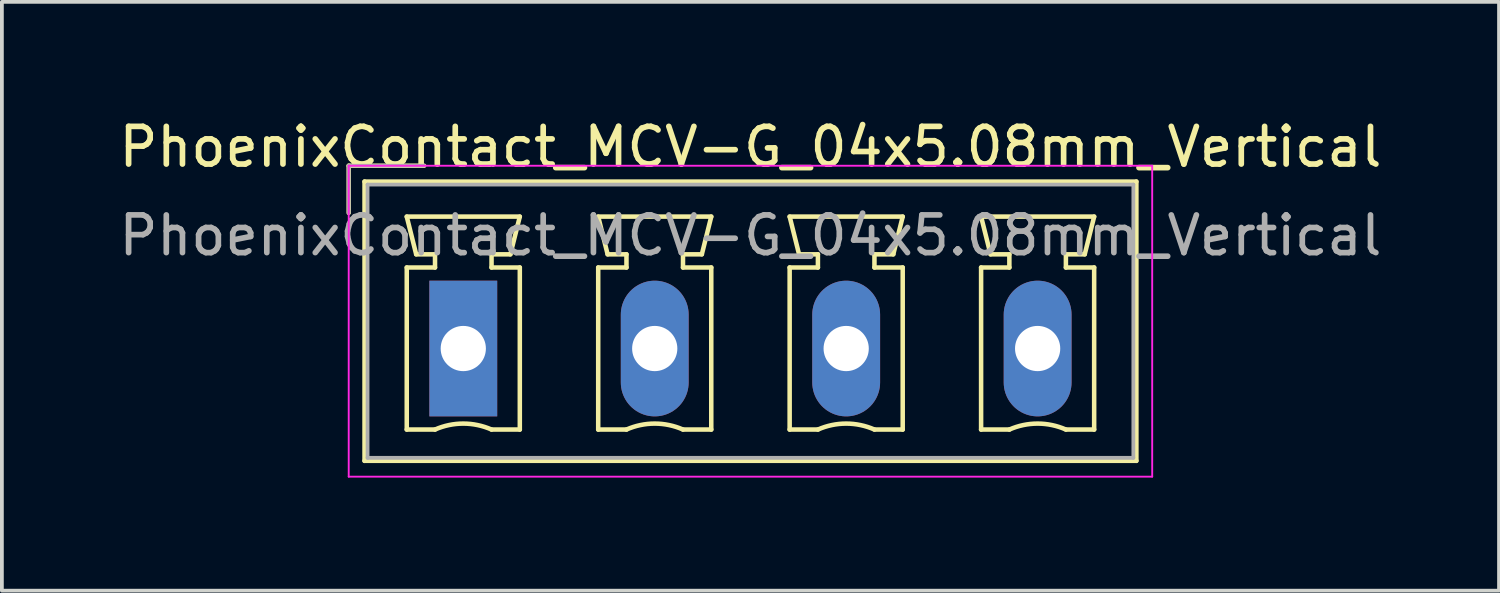
<source format=kicad_pcb>
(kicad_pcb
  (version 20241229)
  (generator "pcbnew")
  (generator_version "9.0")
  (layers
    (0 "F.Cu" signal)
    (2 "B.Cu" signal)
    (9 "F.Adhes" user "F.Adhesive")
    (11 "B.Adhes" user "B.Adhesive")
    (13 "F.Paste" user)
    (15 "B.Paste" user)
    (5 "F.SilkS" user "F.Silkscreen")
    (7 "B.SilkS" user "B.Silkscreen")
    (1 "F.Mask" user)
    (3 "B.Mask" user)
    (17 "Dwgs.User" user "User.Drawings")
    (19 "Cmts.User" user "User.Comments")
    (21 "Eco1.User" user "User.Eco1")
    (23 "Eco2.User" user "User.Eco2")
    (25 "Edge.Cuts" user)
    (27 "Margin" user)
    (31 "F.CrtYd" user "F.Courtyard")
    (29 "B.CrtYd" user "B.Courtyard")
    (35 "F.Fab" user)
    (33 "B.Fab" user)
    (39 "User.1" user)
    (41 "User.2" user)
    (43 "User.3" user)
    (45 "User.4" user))
  (footprint "PhoenixContact_MCV-G_04x5.08mm_Vertical"
    (layer "F.Cu")
    (at 9.243 6.198)
    (property "Reference" "PhoenixContact_MCV-G_04x5.08mm_Vertical" (at 7.62 -5.35 0) (layer "F.SilkS") (effects (font (size 1 1) (thickness 0.15))))
    (attr through_hole)
    (fp_line (start -3.04 -4.85) (end -1.04 -4.85) (stroke (width 0.12) (type solid)) (layer "F.SilkS"))
    (fp_line (start -3.04 -3.6) (end -3.04 -4.85) (stroke (width 0.12) (type solid)) (layer "F.SilkS"))
    (fp_line (start -2.62 -4.43) (end -2.62 2.98) (stroke (width 0.12) (type solid)) (layer "F.SilkS"))
    (fp_line (start -2.62 2.98) (end 17.86 2.98) (stroke (width 0.12) (type solid)) (layer "F.SilkS"))
    (fp_line (start -1.5 -3.5) (end 1.5 -3.5) (stroke (width 0.12) (type solid)) (layer "F.SilkS"))
    (fp_line (start -1.5 -2.15) (end -0.75 -2.15) (stroke (width 0.12) (type solid)) (layer "F.SilkS"))
    (fp_line (start -1.5 2.15) (end -1.5 -2.15) (stroke (width 0.12) (type solid)) (layer "F.SilkS"))
    (fp_line (start -1.25 -2.5) (end -1.5 -3.5) (stroke (width 0.12) (type solid)) (layer "F.SilkS"))
    (fp_line (start -0.75 -2.5) (end -1.25 -2.5) (stroke (width 0.12) (type solid)) (layer "F.SilkS"))
    (fp_line (start -0.75 -2.15) (end -0.75 -2.5) (stroke (width 0.12) (type solid)) (layer "F.SilkS"))
    (fp_line (start -0.75 2.15) (end -1.5 2.15) (stroke (width 0.12) (type solid)) (layer "F.SilkS"))
    (fp_line (start 0.75 -2.5) (end 0.75 -2.15) (stroke (width 0.12) (type solid)) (layer "F.SilkS"))
    (fp_line (start 0.75 -2.15) (end 1.5 -2.15) (stroke (width 0.12) (type solid)) (layer "F.SilkS"))
    (fp_line (start 1.25 -2.5) (end 0.75 -2.5) (stroke (width 0.12) (type solid)) (layer "F.SilkS"))
    (fp_line (start 1.5 -3.5) (end 1.25 -2.5) (stroke (width 0.12) (type solid)) (layer "F.SilkS"))
    (fp_line (start 1.5 -2.15) (end 1.5 2.15) (stroke (width 0.12) (type solid)) (layer "F.SilkS"))
    (fp_line (start 1.5 2.15) (end 0.75 2.15) (stroke (width 0.12) (type solid)) (layer "F.SilkS"))
    (fp_line (start 3.58 -3.5) (end 6.58 -3.5) (stroke (width 0.12) (type solid)) (layer "F.SilkS"))
    (fp_line (start 3.58 -2.15) (end 4.33 -2.15) (stroke (width 0.12) (type solid)) (layer "F.SilkS"))
    (fp_line (start 3.58 2.15) (end 3.58 -2.15) (stroke (width 0.12) (type solid)) (layer "F.SilkS"))
    (fp_line (start 3.83 -2.5) (end 3.58 -3.5) (stroke (width 0.12) (type solid)) (layer "F.SilkS"))
    (fp_line (start 4.33 -2.5) (end 3.83 -2.5) (stroke (width 0.12) (type solid)) (layer "F.SilkS"))
    (fp_line (start 4.33 -2.15) (end 4.33 -2.5) (stroke (width 0.12) (type solid)) (layer "F.SilkS"))
    (fp_line (start 4.33 2.15) (end 3.58 2.15) (stroke (width 0.12) (type solid)) (layer "F.SilkS"))
    (fp_line (start 5.83 -2.5) (end 5.83 -2.15) (stroke (width 0.12) (type solid)) (layer "F.SilkS"))
    (fp_line (start 5.83 -2.15) (end 6.58 -2.15) (stroke (width 0.12) (type solid)) (layer "F.SilkS"))
    (fp_line (start 6.33 -2.5) (end 5.83 -2.5) (stroke (width 0.12) (type solid)) (layer "F.SilkS"))
    (fp_line (start 6.58 -3.5) (end 6.33 -2.5) (stroke (width 0.12) (type solid)) (layer "F.SilkS"))
    (fp_line (start 6.58 -2.15) (end 6.58 2.15) (stroke (width 0.12) (type solid)) (layer "F.SilkS"))
    (fp_line (start 6.58 2.15) (end 5.83 2.15) (stroke (width 0.12) (type solid)) (layer "F.SilkS"))
    (fp_line (start 8.66 -3.5) (end 11.66 -3.5) (stroke (width 0.12) (type solid)) (layer "F.SilkS"))
    (fp_line (start 8.66 -2.15) (end 9.41 -2.15) (stroke (width 0.12) (type solid)) (layer "F.SilkS"))
    (fp_line (start 8.66 2.15) (end 8.66 -2.15) (stroke (width 0.12) (type solid)) (layer "F.SilkS"))
    (fp_line (start 8.91 -2.5) (end 8.66 -3.5) (stroke (width 0.12) (type solid)) (layer "F.SilkS"))
    (fp_line (start 9.41 -2.5) (end 8.91 -2.5) (stroke (width 0.12) (type solid)) (layer "F.SilkS"))
    (fp_line (start 9.41 -2.15) (end 9.41 -2.5) (stroke (width 0.12) (type solid)) (layer "F.SilkS"))
    (fp_line (start 9.41 2.15) (end 8.66 2.15) (stroke (width 0.12) (type solid)) (layer "F.SilkS"))
    (fp_line (start 10.91 -2.5) (end 10.91 -2.15) (stroke (width 0.12) (type solid)) (layer "F.SilkS"))
    (fp_line (start 10.91 -2.15) (end 11.66 -2.15) (stroke (width 0.12) (type solid)) (layer "F.SilkS"))
    (fp_line (start 11.41 -2.5) (end 10.91 -2.5) (stroke (width 0.12) (type solid)) (layer "F.SilkS"))
    (fp_line (start 11.66 -3.5) (end 11.41 -2.5) (stroke (width 0.12) (type solid)) (layer "F.SilkS"))
    (fp_line (start 11.66 -2.15) (end 11.66 2.15) (stroke (width 0.12) (type solid)) (layer "F.SilkS"))
    (fp_line (start 11.66 2.15) (end 10.91 2.15) (stroke (width 0.12) (type solid)) (layer "F.SilkS"))
    (fp_line (start 13.74 -3.5) (end 16.74 -3.5) (stroke (width 0.12) (type solid)) (layer "F.SilkS"))
    (fp_line (start 13.74 -2.15) (end 14.49 -2.15) (stroke (width 0.12) (type solid)) (layer "F.SilkS"))
    (fp_line (start 13.74 2.15) (end 13.74 -2.15) (stroke (width 0.12) (type solid)) (layer "F.SilkS"))
    (fp_line (start 13.99 -2.5) (end 13.74 -3.5) (stroke (width 0.12) (type solid)) (layer "F.SilkS"))
    (fp_line (start 14.49 -2.5) (end 13.99 -2.5) (stroke (width 0.12) (type solid)) (layer "F.SilkS"))
    (fp_line (start 14.49 -2.15) (end 14.49 -2.5) (stroke (width 0.12) (type solid)) (layer "F.SilkS"))
    (fp_line (start 14.49 2.15) (end 13.74 2.15) (stroke (width 0.12) (type solid)) (layer "F.SilkS"))
    (fp_line (start 15.99 -2.5) (end 15.99 -2.15) (stroke (width 0.12) (type solid)) (layer "F.SilkS"))
    (fp_line (start 15.99 -2.15) (end 16.74 -2.15) (stroke (width 0.12) (type solid)) (layer "F.SilkS"))
    (fp_line (start 16.49 -2.5) (end 15.99 -2.5) (stroke (width 0.12) (type solid)) (layer "F.SilkS"))
    (fp_line (start 16.74 -3.5) (end 16.49 -2.5) (stroke (width 0.12) (type solid)) (layer "F.SilkS"))
    (fp_line (start 16.74 -2.15) (end 16.74 2.15) (stroke (width 0.12) (type solid)) (layer "F.SilkS"))
    (fp_line (start 16.74 2.15) (end 15.99 2.15) (stroke (width 0.12) (type solid)) (layer "F.SilkS"))
    (fp_line (start 17.86 -4.43) (end -2.62 -4.43) (stroke (width 0.12) (type solid)) (layer "F.SilkS"))
    (fp_line (start 17.86 2.98) (end 17.86 -4.43) (stroke (width 0.12) (type solid)) (layer "F.SilkS"))
    (fp_arc (start -0.75 2.15) (mid -0.000193 1.99191) (end 0.749647 2.149844) (stroke (width 0.12) (type solid)) (layer "F.SilkS"))
    (fp_arc (start 4.33 2.15) (mid 5.079807 1.99191) (end 5.829647 2.149844) (stroke (width 0.12) (type solid)) (layer "F.SilkS"))
    (fp_arc (start 9.41 2.15) (mid 10.159807 1.99191) (end 10.909647 2.149844) (stroke (width 0.12) (type solid)) (layer "F.SilkS"))
    (fp_arc (start 14.49 2.15) (mid 15.239807 1.99191) (end 15.989647 2.149844) (stroke (width 0.12) (type solid)) (layer "F.SilkS"))
    (fp_line (start -3.04 -4.85) (end -3.04 3.4) (stroke (width 0.05) (type solid)) (layer "F.CrtYd"))
    (fp_line (start -3.04 3.4) (end 18.28 3.4) (stroke (width 0.05) (type solid)) (layer "F.CrtYd"))
    (fp_line (start 18.28 -4.85) (end -3.04 -4.85) (stroke (width 0.05) (type solid)) (layer "F.CrtYd"))
    (fp_line (start 18.28 3.4) (end 18.28 -4.85) (stroke (width 0.05) (type solid)) (layer "F.CrtYd"))
    (fp_line (start -3.04 -4.85) (end -1.04 -4.85) (stroke (width 0.1) (type solid)) (layer "F.Fab"))
    (fp_line (start -3.04 -3.6) (end -3.04 -4.85) (stroke (width 0.1) (type solid)) (layer "F.Fab"))
    (fp_line (start -2.54 -4.35) (end -2.54 2.9) (stroke (width 0.1) (type solid)) (layer "F.Fab"))
    (fp_line (start -2.54 2.9) (end 17.78 2.9) (stroke (width 0.1) (type solid)) (layer "F.Fab"))
    (fp_line (start 17.78 -4.35) (end -2.54 -4.35) (stroke (width 0.1) (type solid)) (layer "F.Fab"))
    (fp_line (start 17.78 2.9) (end 17.78 -4.35) (stroke (width 0.1) (type solid)) (layer "F.Fab"))
    (fp_text user "${REFERENCE}" (at 7.62 -3 0) (layer "F.Fab") (effects (font (size 1 1) (thickness 0.15))))
    (pad "1" thru_hole rect (at 0 0) (size 1.8 3.6) (drill 1.2) (layers "*.Cu" "*.Mask"))
    (pad "2" thru_hole oval (at 5.08 0) (size 1.8 3.6) (drill 1.2) (layers "*.Cu" "*.Mask"))
    (pad "3" thru_hole oval (at 10.16 0) (size 1.8 3.6) (drill 1.2) (layers "*.Cu" "*.Mask"))
    (pad "4" thru_hole oval (at 15.24 0) (size 1.8 3.6) (drill 1.2) (layers "*.Cu" "*.Mask")))
  (gr_rect
    (start -3 -3)
    (end 36.726 12.623)
    (stroke (width 0.1) (type default))
    (fill no)
    (layer "Edge.Cuts")))
</source>
